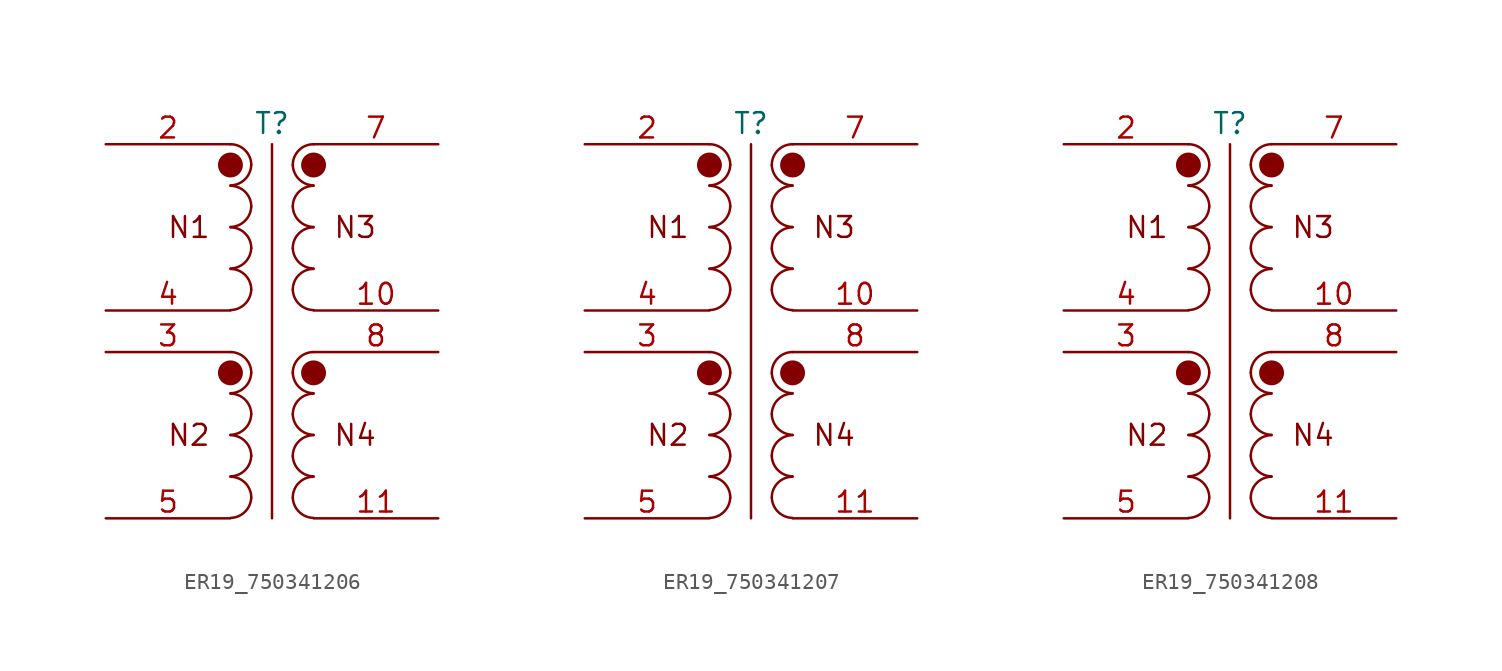
<source format=kicad_sym>
(kicad_symbol_lib
  (version 20220914)
  (generator kicad_symbol_editor)
  (symbol "ER19_750341206"
    (pin_names hide)
    (property "Reference" "T"
      (at 0 12.7 0)
      (effects (font (size 1.27 1.27))))
    (property "Critical Parameter" ""
      (at 0 -5.08 0)
      (effects (font (size 1.27 1.27))))
    (symbol "ER19_750341206_0_1"
      (arc (start -2.54 -11.4046) (mid -1.6561 -11.0363) (end -1.27 -10.16) (stroke (width 0) (type default)) (fill (type none)))
      (arc (start -2.54 -8.8646) (mid -1.6561 -8.4963) (end -1.27 -7.62) (stroke (width 0) (type default)) (fill (type none)))
      (arc (start -2.54 -6.3246) (mid -1.6561 -5.9563) (end -1.27 -5.08) (stroke (width 0) (type default)) (fill (type none)))
      (arc (start -2.54 -3.7846) (mid -1.6561 -3.4163) (end -1.27 -2.54) (stroke (width 0) (type default)) (fill (type none)))
      (arc (start -2.54 1.2954) (mid -1.6561 1.6637) (end -1.27 2.54) (stroke (width 0) (type default)) (fill (type none)))
      (arc (start -2.54 3.8354) (mid -1.6561 4.2037) (end -1.27 5.08) (stroke (width 0) (type default)) (fill (type none)))
      (arc (start -2.54 6.3754) (mid -1.6561 6.7437) (end -1.27 7.62) (stroke (width 0) (type default)) (fill (type none)))
      (arc (start -2.54 8.9154) (mid -1.6561 9.2837) (end -1.27 10.16) (stroke (width 0) (type default)) (fill (type none)))
      (arc (start -1.27 -10.16) (mid -1.642 -9.262) (end -2.54 -8.89) (stroke (width 0) (type default)) (fill (type none)))
      (arc (start -1.27 -7.62) (mid -1.642 -6.722) (end -2.54 -6.35) (stroke (width 0) (type default)) (fill (type none)))
      (arc (start -1.27 -5.08) (mid -1.642 -4.182) (end -2.54 -3.81) (stroke (width 0) (type default)) (fill (type none)))
      (arc (start -1.27 -2.54) (mid -1.642 -1.642) (end -2.54 -1.27) (stroke (width 0) (type default)) (fill (type none)))
      (arc (start -1.27 2.54) (mid -1.642 3.438) (end -2.54 3.81) (stroke (width 0) (type default)) (fill (type none)))
      (arc (start -1.27 5.08) (mid -1.642 5.978) (end -2.54 6.35) (stroke (width 0) (type default)) (fill (type none)))
      (arc (start -1.27 7.62) (mid -1.642 8.518) (end -2.54 8.89) (stroke (width 0) (type default)) (fill (type none)))
      (arc (start -1.27 10.16) (mid -1.642 11.058) (end -2.54 11.43) (stroke (width 0) (type default)) (fill (type none)))
      (polyline (pts (xy 0 -11.43) (xy 0 11.43)) (stroke (width 0) (type default)) (fill (type none)))
      (arc (start 1.27 -10.16) (mid 1.6561 -11.0363) (end 2.54 -11.4046) (stroke (width 0) (type default)) (fill (type none)))
      (arc (start 1.27 -7.62) (mid 1.6561 -8.4963) (end 2.54 -8.8646) (stroke (width 0) (type default)) (fill (type none)))
      (arc (start 1.27 -5.08) (mid 1.6561 -5.9563) (end 2.54 -6.3246) (stroke (width 0) (type default)) (fill (type none)))
      (arc (start 1.27 -2.54) (mid 1.6561 -3.4163) (end 2.54 -3.7846) (stroke (width 0) (type default)) (fill (type none)))
      (arc (start 1.27 2.54) (mid 1.6561 1.6637) (end 2.54 1.2954) (stroke (width 0) (type default)) (fill (type none)))
      (arc (start 1.27 5.08) (mid 1.6561 4.2037) (end 2.54 3.8354) (stroke (width 0) (type default)) (fill (type none)))
      (arc (start 1.27 7.62) (mid 1.6561 6.7437) (end 2.54 6.3754) (stroke (width 0) (type default)) (fill (type none)))
      (arc (start 1.27 10.16) (mid 1.6561 9.2837) (end 2.54 8.9154) (stroke (width 0) (type default)) (fill (type none)))
      (arc (start 2.54 -8.89) (mid 1.642 -9.262) (end 1.27 -10.16) (stroke (width 0) (type default)) (fill (type none)))
      (arc (start 2.54 -6.35) (mid 1.642 -6.722) (end 1.27 -7.62) (stroke (width 0) (type default)) (fill (type none)))
      (arc (start 2.54 -3.81) (mid 1.642 -4.182) (end 1.27 -5.08) (stroke (width 0) (type default)) (fill (type none)))
      (arc (start 2.54 -1.27) (mid 1.642 -1.642) (end 1.27 -2.54) (stroke (width 0) (type default)) (fill (type none)))
      (arc (start 2.54 3.81) (mid 1.642 3.438) (end 1.27 2.54) (stroke (width 0) (type default)) (fill (type none)))
      (arc (start 2.54 6.35) (mid 1.642 5.978) (end 1.27 5.08) (stroke (width 0) (type default)) (fill (type none)))
      (arc (start 2.54 8.89) (mid 1.642 8.518) (end 1.27 7.62) (stroke (width 0) (type default)) (fill (type none)))
      (arc (start 2.54 11.43) (mid 1.642 11.058) (end 1.27 10.16) (stroke (width 0) (type default)) (fill (type none))))
    (symbol "ER19_750341206_1_1"
      (circle (center -2.54 -2.54) (radius 0.0001) (stroke (width 0.762) (type default)) (fill (type none)))
      (circle (center -2.54 10.16) (radius 0.0001) (stroke (width 0.762) (type default)) (fill (type none)))
      (circle (center 2.54 -2.54) (radius 0.0001) (stroke (width 0.762) (type default)) (fill (type none)))
      (circle (center 2.54 10.16) (radius 0.0001) (stroke (width 0.762) (type default)) (fill (type none)))
      (text "N1" (at -5.08 6.35 0) (effects (font (size 1.27 1.27))))
      (text "N2" (at -5.08 -6.35 0) (effects (font (size 1.27 1.27))))
      (text "N3" (at 5.08 6.35 0) (effects (font (size 1.27 1.27))))
      (text "N4" (at 5.08 -6.35 0) (effects (font (size 1.27 1.27))))
      (pin passive line (at 10.16 1.27 180) (length 7.62) (name "10" (effects (font (size 1.27 1.27)))) (number "10" (effects (font (size 1.27 1.27)))))
      (pin passive line (at 10.16 -11.43 180) (length 7.62) (name "11" (effects (font (size 1.27 1.27)))) (number "11" (effects (font (size 1.27 1.27)))))
      (pin passive line (at -10.16 11.43 0) (length 7.62) (name "2" (effects (font (size 1.27 1.27)))) (number "2" (effects (font (size 1.27 1.27)))))
      (pin passive line (at -10.16 -1.27 0) (length 7.62) (name "3" (effects (font (size 1.27 1.27)))) (number "3" (effects (font (size 1.27 1.27)))))
      (pin passive line (at -10.16 1.27 0) (length 7.62) (name "4" (effects (font (size 1.27 1.27)))) (number "4" (effects (font (size 1.27 1.27)))))
      (pin passive line (at -10.16 -11.43 0) (length 7.62) (name "5" (effects (font (size 1.27 1.27)))) (number "5" (effects (font (size 1.27 1.27)))))
      (pin passive line (at 10.16 11.43 180) (length 7.62) (name "7" (effects (font (size 1.27 1.27)))) (number "7" (effects (font (size 1.27 1.27)))))
      (pin passive line (at 10.16 -1.27 180) (length 7.62) (name "8" (effects (font (size 1.27 1.27)))) (number "8" (effects (font (size 1.27 1.27)))))))
  (symbol "ER19_750341207"
    (pin_names hide)
    (property "Reference" "T"
      (at 0 12.7 0)
      (effects (font (size 1.27 1.27))))
    (property "Critical Parameter" ""
      (at 0 -5.08 0)
      (effects (font (size 1.27 1.27))))
    (symbol "ER19_750341207_0_1"
      (arc (start -2.54 -11.4046) (mid -1.6561 -11.0363) (end -1.27 -10.16) (stroke (width 0) (type default)) (fill (type none)))
      (arc (start -2.54 -8.8646) (mid -1.6561 -8.4963) (end -1.27 -7.62) (stroke (width 0) (type default)) (fill (type none)))
      (arc (start -2.54 -6.3246) (mid -1.6561 -5.9563) (end -1.27 -5.08) (stroke (width 0) (type default)) (fill (type none)))
      (arc (start -2.54 -3.7846) (mid -1.6561 -3.4163) (end -1.27 -2.54) (stroke (width 0) (type default)) (fill (type none)))
      (arc (start -2.54 1.2954) (mid -1.6561 1.6637) (end -1.27 2.54) (stroke (width 0) (type default)) (fill (type none)))
      (arc (start -2.54 3.8354) (mid -1.6561 4.2037) (end -1.27 5.08) (stroke (width 0) (type default)) (fill (type none)))
      (arc (start -2.54 6.3754) (mid -1.6561 6.7437) (end -1.27 7.62) (stroke (width 0) (type default)) (fill (type none)))
      (arc (start -2.54 8.9154) (mid -1.6561 9.2837) (end -1.27 10.16) (stroke (width 0) (type default)) (fill (type none)))
      (arc (start -1.27 -10.16) (mid -1.642 -9.262) (end -2.54 -8.89) (stroke (width 0) (type default)) (fill (type none)))
      (arc (start -1.27 -7.62) (mid -1.642 -6.722) (end -2.54 -6.35) (stroke (width 0) (type default)) (fill (type none)))
      (arc (start -1.27 -5.08) (mid -1.642 -4.182) (end -2.54 -3.81) (stroke (width 0) (type default)) (fill (type none)))
      (arc (start -1.27 -2.54) (mid -1.642 -1.642) (end -2.54 -1.27) (stroke (width 0) (type default)) (fill (type none)))
      (arc (start -1.27 2.54) (mid -1.642 3.438) (end -2.54 3.81) (stroke (width 0) (type default)) (fill (type none)))
      (arc (start -1.27 5.08) (mid -1.642 5.978) (end -2.54 6.35) (stroke (width 0) (type default)) (fill (type none)))
      (arc (start -1.27 7.62) (mid -1.642 8.518) (end -2.54 8.89) (stroke (width 0) (type default)) (fill (type none)))
      (arc (start -1.27 10.16) (mid -1.642 11.058) (end -2.54 11.43) (stroke (width 0) (type default)) (fill (type none)))
      (polyline (pts (xy 0 -11.43) (xy 0 11.43)) (stroke (width 0) (type default)) (fill (type none)))
      (arc (start 1.27 -10.16) (mid 1.6561 -11.0363) (end 2.54 -11.4046) (stroke (width 0) (type default)) (fill (type none)))
      (arc (start 1.27 -7.62) (mid 1.6561 -8.4963) (end 2.54 -8.8646) (stroke (width 0) (type default)) (fill (type none)))
      (arc (start 1.27 -5.08) (mid 1.6561 -5.9563) (end 2.54 -6.3246) (stroke (width 0) (type default)) (fill (type none)))
      (arc (start 1.27 -2.54) (mid 1.6561 -3.4163) (end 2.54 -3.7846) (stroke (width 0) (type default)) (fill (type none)))
      (arc (start 1.27 2.54) (mid 1.6561 1.6637) (end 2.54 1.2954) (stroke (width 0) (type default)) (fill (type none)))
      (arc (start 1.27 5.08) (mid 1.6561 4.2037) (end 2.54 3.8354) (stroke (width 0) (type default)) (fill (type none)))
      (arc (start 1.27 7.62) (mid 1.6561 6.7437) (end 2.54 6.3754) (stroke (width 0) (type default)) (fill (type none)))
      (arc (start 1.27 10.16) (mid 1.6561 9.2837) (end 2.54 8.9154) (stroke (width 0) (type default)) (fill (type none)))
      (arc (start 2.54 -8.89) (mid 1.642 -9.262) (end 1.27 -10.16) (stroke (width 0) (type default)) (fill (type none)))
      (arc (start 2.54 -6.35) (mid 1.642 -6.722) (end 1.27 -7.62) (stroke (width 0) (type default)) (fill (type none)))
      (arc (start 2.54 -3.81) (mid 1.642 -4.182) (end 1.27 -5.08) (stroke (width 0) (type default)) (fill (type none)))
      (arc (start 2.54 -1.27) (mid 1.642 -1.642) (end 1.27 -2.54) (stroke (width 0) (type default)) (fill (type none)))
      (arc (start 2.54 3.81) (mid 1.642 3.438) (end 1.27 2.54) (stroke (width 0) (type default)) (fill (type none)))
      (arc (start 2.54 6.35) (mid 1.642 5.978) (end 1.27 5.08) (stroke (width 0) (type default)) (fill (type none)))
      (arc (start 2.54 8.89) (mid 1.642 8.518) (end 1.27 7.62) (stroke (width 0) (type default)) (fill (type none)))
      (arc (start 2.54 11.43) (mid 1.642 11.058) (end 1.27 10.16) (stroke (width 0) (type default)) (fill (type none))))
    (symbol "ER19_750341207_1_1"
      (circle (center -2.54 -2.54) (radius 0.0001) (stroke (width 0.762) (type default)) (fill (type none)))
      (circle (center -2.54 10.16) (radius 0.0001) (stroke (width 0.762) (type default)) (fill (type none)))
      (circle (center 2.54 -2.54) (radius 0.0001) (stroke (width 0.762) (type default)) (fill (type none)))
      (circle (center 2.54 10.16) (radius 0.0001) (stroke (width 0.762) (type default)) (fill (type none)))
      (text "N1" (at -5.08 6.35 0) (effects (font (size 1.27 1.27))))
      (text "N2" (at -5.08 -6.35 0) (effects (font (size 1.27 1.27))))
      (text "N3" (at 5.08 6.35 0) (effects (font (size 1.27 1.27))))
      (text "N4" (at 5.08 -6.35 0) (effects (font (size 1.27 1.27))))
      (pin passive line (at 10.16 1.27 180) (length 7.62) (name "10" (effects (font (size 1.27 1.27)))) (number "10" (effects (font (size 1.27 1.27)))))
      (pin passive line (at 10.16 -11.43 180) (length 7.62) (name "11" (effects (font (size 1.27 1.27)))) (number "11" (effects (font (size 1.27 1.27)))))
      (pin passive line (at -10.16 11.43 0) (length 7.62) (name "2" (effects (font (size 1.27 1.27)))) (number "2" (effects (font (size 1.27 1.27)))))
      (pin passive line (at -10.16 -1.27 0) (length 7.62) (name "3" (effects (font (size 1.27 1.27)))) (number "3" (effects (font (size 1.27 1.27)))))
      (pin passive line (at -10.16 1.27 0) (length 7.62) (name "4" (effects (font (size 1.27 1.27)))) (number "4" (effects (font (size 1.27 1.27)))))
      (pin passive line (at -10.16 -11.43 0) (length 7.62) (name "5" (effects (font (size 1.27 1.27)))) (number "5" (effects (font (size 1.27 1.27)))))
      (pin passive line (at 10.16 11.43 180) (length 7.62) (name "7" (effects (font (size 1.27 1.27)))) (number "7" (effects (font (size 1.27 1.27)))))
      (pin passive line (at 10.16 -1.27 180) (length 7.62) (name "8" (effects (font (size 1.27 1.27)))) (number "8" (effects (font (size 1.27 1.27)))))))
  (symbol "ER19_750341208"
    (pin_names hide)
    (property "Reference" "T"
      (at 0 12.7 0)
      (effects (font (size 1.27 1.27))))
    (property "Critical Parameter" ""
      (at 0 -5.08 0)
      (effects (font (size 1.27 1.27))))
    (symbol "ER19_750341208_0_1"
      (arc (start -2.54 -11.4046) (mid -1.6561 -11.0363) (end -1.27 -10.16) (stroke (width 0) (type default)) (fill (type none)))
      (arc (start -2.54 -8.8646) (mid -1.6561 -8.4963) (end -1.27 -7.62) (stroke (width 0) (type default)) (fill (type none)))
      (arc (start -2.54 -6.3246) (mid -1.6561 -5.9563) (end -1.27 -5.08) (stroke (width 0) (type default)) (fill (type none)))
      (arc (start -2.54 -3.7846) (mid -1.6561 -3.4163) (end -1.27 -2.54) (stroke (width 0) (type default)) (fill (type none)))
      (arc (start -2.54 1.2954) (mid -1.6561 1.6637) (end -1.27 2.54) (stroke (width 0) (type default)) (fill (type none)))
      (arc (start -2.54 3.8354) (mid -1.6561 4.2037) (end -1.27 5.08) (stroke (width 0) (type default)) (fill (type none)))
      (arc (start -2.54 6.3754) (mid -1.6561 6.7437) (end -1.27 7.62) (stroke (width 0) (type default)) (fill (type none)))
      (arc (start -2.54 8.9154) (mid -1.6561 9.2837) (end -1.27 10.16) (stroke (width 0) (type default)) (fill (type none)))
      (arc (start -1.27 -10.16) (mid -1.642 -9.262) (end -2.54 -8.89) (stroke (width 0) (type default)) (fill (type none)))
      (arc (start -1.27 -7.62) (mid -1.642 -6.722) (end -2.54 -6.35) (stroke (width 0) (type default)) (fill (type none)))
      (arc (start -1.27 -5.08) (mid -1.642 -4.182) (end -2.54 -3.81) (stroke (width 0) (type default)) (fill (type none)))
      (arc (start -1.27 -2.54) (mid -1.642 -1.642) (end -2.54 -1.27) (stroke (width 0) (type default)) (fill (type none)))
      (arc (start -1.27 2.54) (mid -1.642 3.438) (end -2.54 3.81) (stroke (width 0) (type default)) (fill (type none)))
      (arc (start -1.27 5.08) (mid -1.642 5.978) (end -2.54 6.35) (stroke (width 0) (type default)) (fill (type none)))
      (arc (start -1.27 7.62) (mid -1.642 8.518) (end -2.54 8.89) (stroke (width 0) (type default)) (fill (type none)))
      (arc (start -1.27 10.16) (mid -1.642 11.058) (end -2.54 11.43) (stroke (width 0) (type default)) (fill (type none)))
      (polyline (pts (xy 0 -11.43) (xy 0 11.43)) (stroke (width 0) (type default)) (fill (type none)))
      (arc (start 1.27 -10.16) (mid 1.6561 -11.0363) (end 2.54 -11.4046) (stroke (width 0) (type default)) (fill (type none)))
      (arc (start 1.27 -7.62) (mid 1.6561 -8.4963) (end 2.54 -8.8646) (stroke (width 0) (type default)) (fill (type none)))
      (arc (start 1.27 -5.08) (mid 1.6561 -5.9563) (end 2.54 -6.3246) (stroke (width 0) (type default)) (fill (type none)))
      (arc (start 1.27 -2.54) (mid 1.6561 -3.4163) (end 2.54 -3.7846) (stroke (width 0) (type default)) (fill (type none)))
      (arc (start 1.27 2.54) (mid 1.6561 1.6637) (end 2.54 1.2954) (stroke (width 0) (type default)) (fill (type none)))
      (arc (start 1.27 5.08) (mid 1.6561 4.2037) (end 2.54 3.8354) (stroke (width 0) (type default)) (fill (type none)))
      (arc (start 1.27 7.62) (mid 1.6561 6.7437) (end 2.54 6.3754) (stroke (width 0) (type default)) (fill (type none)))
      (arc (start 1.27 10.16) (mid 1.6561 9.2837) (end 2.54 8.9154) (stroke (width 0) (type default)) (fill (type none)))
      (arc (start 2.54 -8.89) (mid 1.642 -9.262) (end 1.27 -10.16) (stroke (width 0) (type default)) (fill (type none)))
      (arc (start 2.54 -6.35) (mid 1.642 -6.722) (end 1.27 -7.62) (stroke (width 0) (type default)) (fill (type none)))
      (arc (start 2.54 -3.81) (mid 1.642 -4.182) (end 1.27 -5.08) (stroke (width 0) (type default)) (fill (type none)))
      (arc (start 2.54 -1.27) (mid 1.642 -1.642) (end 1.27 -2.54) (stroke (width 0) (type default)) (fill (type none)))
      (arc (start 2.54 3.81) (mid 1.642 3.438) (end 1.27 2.54) (stroke (width 0) (type default)) (fill (type none)))
      (arc (start 2.54 6.35) (mid 1.642 5.978) (end 1.27 5.08) (stroke (width 0) (type default)) (fill (type none)))
      (arc (start 2.54 8.89) (mid 1.642 8.518) (end 1.27 7.62) (stroke (width 0) (type default)) (fill (type none)))
      (arc (start 2.54 11.43) (mid 1.642 11.058) (end 1.27 10.16) (stroke (width 0) (type default)) (fill (type none))))
    (symbol "ER19_750341208_1_1"
      (circle (center -2.54 -2.54) (radius 0.0001) (stroke (width 0.762) (type default)) (fill (type none)))
      (circle (center -2.54 10.16) (radius 0.0001) (stroke (width 0.762) (type default)) (fill (type none)))
      (circle (center 2.54 -2.54) (radius 0.0001) (stroke (width 0.762) (type default)) (fill (type none)))
      (circle (center 2.54 10.16) (radius 0.0001) (stroke (width 0.762) (type default)) (fill (type none)))
      (text "N1" (at -5.08 6.35 0) (effects (font (size 1.27 1.27))))
      (text "N2" (at -5.08 -6.35 0) (effects (font (size 1.27 1.27))))
      (text "N3" (at 5.08 6.35 0) (effects (font (size 1.27 1.27))))
      (text "N4" (at 5.08 -6.35 0) (effects (font (size 1.27 1.27))))
      (pin passive line (at 10.16 1.27 180) (length 7.62) (name "10" (effects (font (size 1.27 1.27)))) (number "10" (effects (font (size 1.27 1.27)))))
      (pin passive line (at 10.16 -11.43 180) (length 7.62) (name "11" (effects (font (size 1.27 1.27)))) (number "11" (effects (font (size 1.27 1.27)))))
      (pin passive line (at -10.16 11.43 0) (length 7.62) (name "2" (effects (font (size 1.27 1.27)))) (number "2" (effects (font (size 1.27 1.27)))))
      (pin passive line (at -10.16 -1.27 0) (length 7.62) (name "3" (effects (font (size 1.27 1.27)))) (number "3" (effects (font (size 1.27 1.27)))))
      (pin passive line (at -10.16 1.27 0) (length 7.62) (name "4" (effects (font (size 1.27 1.27)))) (number "4" (effects (font (size 1.27 1.27)))))
      (pin passive line (at -10.16 -11.43 0) (length 7.62) (name "5" (effects (font (size 1.27 1.27)))) (number "5" (effects (font (size 1.27 1.27)))))
      (pin passive line (at 10.16 11.43 180) (length 7.62) (name "7" (effects (font (size 1.27 1.27)))) (number "7" (effects (font (size 1.27 1.27)))))
      (pin passive line (at 10.16 -1.27 180) (length 7.62) (name "8" (effects (font (size 1.27 1.27)))) (number "8" (effects (font (size 1.27 1.27))))))))
</source>
